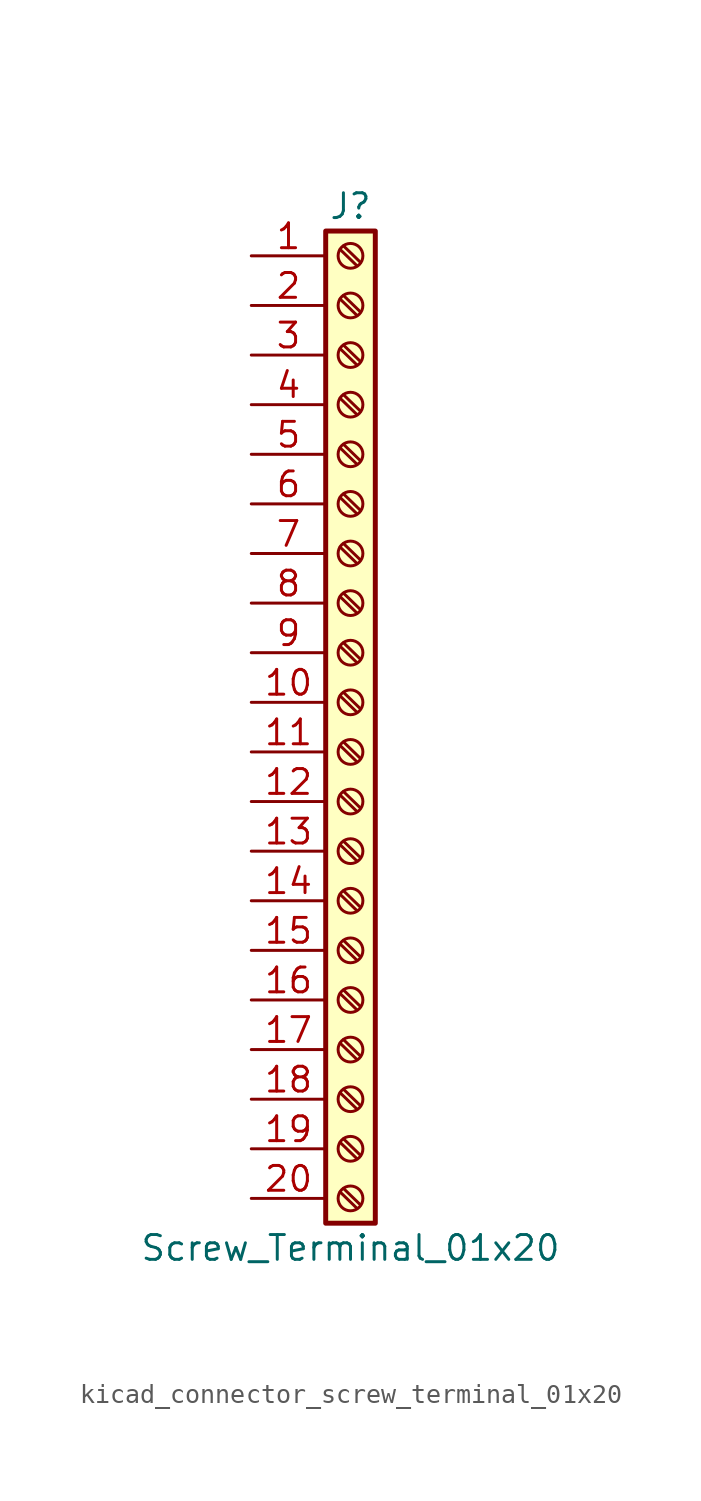
<source format=kicad_sym>
(kicad_symbol_lib
  (version 20220914)
  (generator kicad_symbol_editor)
  (symbol "kicad_connector_screw_terminal_01x20"
    (pin_names
      (offset 1.016) hide)
    (property "Reference" "J"
      (at 0 25.4 0)
      (effects (font (size 1.27 1.27))))
    (property "Value" "Screw_Terminal_01x20"
      (at 0 -27.94 0)
      (effects (font (size 1.27 1.27))))
    (symbol "kicad_connector_screw_terminal_01x20_1_1"
      (rectangle (start -1.27 24.13) (end 1.27 -26.67) (stroke (width 0.254) (type default)) (fill (type background)))
      (circle (center 0 -25.4) (radius 0.635) (stroke (width 0.152) (type default)) (fill (type none)))
      (circle (center 0 -22.86) (radius 0.635) (stroke (width 0.152) (type default)) (fill (type none)))
      (circle (center 0 -20.32) (radius 0.635) (stroke (width 0.152) (type default)) (fill (type none)))
      (circle (center 0 -17.78) (radius 0.635) (stroke (width 0.152) (type default)) (fill (type none)))
      (circle (center 0 -15.24) (radius 0.635) (stroke (width 0.152) (type default)) (fill (type none)))
      (circle (center 0 -12.7) (radius 0.635) (stroke (width 0.152) (type default)) (fill (type none)))
      (circle (center 0 -10.16) (radius 0.635) (stroke (width 0.152) (type default)) (fill (type none)))
      (circle (center 0 -7.62) (radius 0.635) (stroke (width 0.152) (type default)) (fill (type none)))
      (circle (center 0 -5.08) (radius 0.635) (stroke (width 0.152) (type default)) (fill (type none)))
      (circle (center 0 -2.54) (radius 0.635) (stroke (width 0.152) (type default)) (fill (type none)))
      (polyline (pts (xy -0.533 -25.07) (xy 0.33 -25.908)) (stroke (width 0.152) (type default)) (fill (type none)))
      (polyline (pts (xy -0.533 -22.53) (xy 0.33 -23.368)) (stroke (width 0.152) (type default)) (fill (type none)))
      (polyline (pts (xy -0.533 -19.99) (xy 0.33 -20.828)) (stroke (width 0.152) (type default)) (fill (type none)))
      (polyline (pts (xy -0.533 -17.45) (xy 0.33 -18.288)) (stroke (width 0.152) (type default)) (fill (type none)))
      (polyline (pts (xy -0.533 -14.91) (xy 0.33 -15.748)) (stroke (width 0.152) (type default)) (fill (type none)))
      (polyline (pts (xy -0.533 -12.37) (xy 0.33 -13.208)) (stroke (width 0.152) (type default)) (fill (type none)))
      (polyline (pts (xy -0.533 -9.83) (xy 0.33 -10.668)) (stroke (width 0.152) (type default)) (fill (type none)))
      (polyline (pts (xy -0.533 -7.29) (xy 0.33 -8.128)) (stroke (width 0.152) (type default)) (fill (type none)))
      (polyline (pts (xy -0.533 -4.75) (xy 0.33 -5.588)) (stroke (width 0.152) (type default)) (fill (type none)))
      (polyline (pts (xy -0.533 -2.21) (xy 0.33 -3.048)) (stroke (width 0.152) (type default)) (fill (type none)))
      (polyline (pts (xy -0.533 0.33) (xy 0.33 -0.508)) (stroke (width 0.152) (type default)) (fill (type none)))
      (polyline (pts (xy -0.533 2.87) (xy 0.33 2.032)) (stroke (width 0.152) (type default)) (fill (type none)))
      (polyline (pts (xy -0.533 5.41) (xy 0.33 4.572)) (stroke (width 0.152) (type default)) (fill (type none)))
      (polyline (pts (xy -0.533 7.95) (xy 0.33 7.112)) (stroke (width 0.152) (type default)) (fill (type none)))
      (polyline (pts (xy -0.533 10.49) (xy 0.33 9.652)) (stroke (width 0.152) (type default)) (fill (type none)))
      (polyline (pts (xy -0.533 13.03) (xy 0.33 12.192)) (stroke (width 0.152) (type default)) (fill (type none)))
      (polyline (pts (xy -0.533 15.57) (xy 0.33 14.732)) (stroke (width 0.152) (type default)) (fill (type none)))
      (polyline (pts (xy -0.533 18.11) (xy 0.33 17.272)) (stroke (width 0.152) (type default)) (fill (type none)))
      (polyline (pts (xy -0.533 20.65) (xy 0.33 19.812)) (stroke (width 0.152) (type default)) (fill (type none)))
      (polyline (pts (xy -0.533 23.19) (xy 0.33 22.352)) (stroke (width 0.152) (type default)) (fill (type none)))
      (polyline (pts (xy -0.356 -24.892) (xy 0.508 -25.73)) (stroke (width 0.152) (type default)) (fill (type none)))
      (polyline (pts (xy -0.356 -22.352) (xy 0.508 -23.19)) (stroke (width 0.152) (type default)) (fill (type none)))
      (polyline (pts (xy -0.356 -19.812) (xy 0.508 -20.65)) (stroke (width 0.152) (type default)) (fill (type none)))
      (polyline (pts (xy -0.356 -17.272) (xy 0.508 -18.11)) (stroke (width 0.152) (type default)) (fill (type none)))
      (polyline (pts (xy -0.356 -14.732) (xy 0.508 -15.57)) (stroke (width 0.152) (type default)) (fill (type none)))
      (polyline (pts (xy -0.356 -12.192) (xy 0.508 -13.03)) (stroke (width 0.152) (type default)) (fill (type none)))
      (polyline (pts (xy -0.356 -9.652) (xy 0.508 -10.49)) (stroke (width 0.152) (type default)) (fill (type none)))
      (polyline (pts (xy -0.356 -7.112) (xy 0.508 -7.95)) (stroke (width 0.152) (type default)) (fill (type none)))
      (polyline (pts (xy -0.356 -4.572) (xy 0.508 -5.41)) (stroke (width 0.152) (type default)) (fill (type none)))
      (polyline (pts (xy -0.356 -2.032) (xy 0.508 -2.87)) (stroke (width 0.152) (type default)) (fill (type none)))
      (polyline (pts (xy -0.356 0.508) (xy 0.508 -0.33)) (stroke (width 0.152) (type default)) (fill (type none)))
      (polyline (pts (xy -0.356 3.048) (xy 0.508 2.21)) (stroke (width 0.152) (type default)) (fill (type none)))
      (polyline (pts (xy -0.356 5.588) (xy 0.508 4.75)) (stroke (width 0.152) (type default)) (fill (type none)))
      (polyline (pts (xy -0.356 8.128) (xy 0.508 7.29)) (stroke (width 0.152) (type default)) (fill (type none)))
      (polyline (pts (xy -0.356 10.668) (xy 0.508 9.83)) (stroke (width 0.152) (type default)) (fill (type none)))
      (polyline (pts (xy -0.356 13.208) (xy 0.508 12.37)) (stroke (width 0.152) (type default)) (fill (type none)))
      (polyline (pts (xy -0.356 15.748) (xy 0.508 14.91)) (stroke (width 0.152) (type default)) (fill (type none)))
      (polyline (pts (xy -0.356 18.288) (xy 0.508 17.45)) (stroke (width 0.152) (type default)) (fill (type none)))
      (polyline (pts (xy -0.356 20.828) (xy 0.508 19.99)) (stroke (width 0.152) (type default)) (fill (type none)))
      (polyline (pts (xy -0.356 23.368) (xy 0.508 22.53)) (stroke (width 0.152) (type default)) (fill (type none)))
      (circle (center 0 0) (radius 0.635) (stroke (width 0.152) (type default)) (fill (type none)))
      (circle (center 0 2.54) (radius 0.635) (stroke (width 0.152) (type default)) (fill (type none)))
      (circle (center 0 5.08) (radius 0.635) (stroke (width 0.152) (type default)) (fill (type none)))
      (circle (center 0 7.62) (radius 0.635) (stroke (width 0.152) (type default)) (fill (type none)))
      (circle (center 0 10.16) (radius 0.635) (stroke (width 0.152) (type default)) (fill (type none)))
      (circle (center 0 12.7) (radius 0.635) (stroke (width 0.152) (type default)) (fill (type none)))
      (circle (center 0 15.24) (radius 0.635) (stroke (width 0.152) (type default)) (fill (type none)))
      (circle (center 0 17.78) (radius 0.635) (stroke (width 0.152) (type default)) (fill (type none)))
      (circle (center 0 20.32) (radius 0.635) (stroke (width 0.152) (type default)) (fill (type none)))
      (circle (center 0 22.86) (radius 0.635) (stroke (width 0.152) (type default)) (fill (type none)))
      (pin passive line (at -5.08 22.86 0) (length 3.81) (name "Pin_1" (effects (font (size 1.27 1.27)))) (number "1" (effects (font (size 1.27 1.27)))))
      (pin passive line (at -5.08 0 0) (length 3.81) (name "Pin_10" (effects (font (size 1.27 1.27)))) (number "10" (effects (font (size 1.27 1.27)))))
      (pin passive line (at -5.08 -2.54 0) (length 3.81) (name "Pin_11" (effects (font (size 1.27 1.27)))) (number "11" (effects (font (size 1.27 1.27)))))
      (pin passive line (at -5.08 -5.08 0) (length 3.81) (name "Pin_12" (effects (font (size 1.27 1.27)))) (number "12" (effects (font (size 1.27 1.27)))))
      (pin passive line (at -5.08 -7.62 0) (length 3.81) (name "Pin_13" (effects (font (size 1.27 1.27)))) (number "13" (effects (font (size 1.27 1.27)))))
      (pin passive line (at -5.08 -10.16 0) (length 3.81) (name "Pin_14" (effects (font (size 1.27 1.27)))) (number "14" (effects (font (size 1.27 1.27)))))
      (pin passive line (at -5.08 -12.7 0) (length 3.81) (name "Pin_15" (effects (font (size 1.27 1.27)))) (number "15" (effects (font (size 1.27 1.27)))))
      (pin passive line (at -5.08 -15.24 0) (length 3.81) (name "Pin_16" (effects (font (size 1.27 1.27)))) (number "16" (effects (font (size 1.27 1.27)))))
      (pin passive line (at -5.08 -17.78 0) (length 3.81) (name "Pin_17" (effects (font (size 1.27 1.27)))) (number "17" (effects (font (size 1.27 1.27)))))
      (pin passive line (at -5.08 -20.32 0) (length 3.81) (name "Pin_18" (effects (font (size 1.27 1.27)))) (number "18" (effects (font (size 1.27 1.27)))))
      (pin passive line (at -5.08 -22.86 0) (length 3.81) (name "Pin_19" (effects (font (size 1.27 1.27)))) (number "19" (effects (font (size 1.27 1.27)))))
      (pin passive line (at -5.08 20.32 0) (length 3.81) (name "Pin_2" (effects (font (size 1.27 1.27)))) (number "2" (effects (font (size 1.27 1.27)))))
      (pin passive line (at -5.08 -25.4 0) (length 3.81) (name "Pin_20" (effects (font (size 1.27 1.27)))) (number "20" (effects (font (size 1.27 1.27)))))
      (pin passive line (at -5.08 17.78 0) (length 3.81) (name "Pin_3" (effects (font (size 1.27 1.27)))) (number "3" (effects (font (size 1.27 1.27)))))
      (pin passive line (at -5.08 15.24 0) (length 3.81) (name "Pin_4" (effects (font (size 1.27 1.27)))) (number "4" (effects (font (size 1.27 1.27)))))
      (pin passive line (at -5.08 12.7 0) (length 3.81) (name "Pin_5" (effects (font (size 1.27 1.27)))) (number "5" (effects (font (size 1.27 1.27)))))
      (pin passive line (at -5.08 10.16 0) (length 3.81) (name "Pin_6" (effects (font (size 1.27 1.27)))) (number "6" (effects (font (size 1.27 1.27)))))
      (pin passive line (at -5.08 7.62 0) (length 3.81) (name "Pin_7" (effects (font (size 1.27 1.27)))) (number "7" (effects (font (size 1.27 1.27)))))
      (pin passive line (at -5.08 5.08 0) (length 3.81) (name "Pin_8" (effects (font (size 1.27 1.27)))) (number "8" (effects (font (size 1.27 1.27)))))
      (pin passive line (at -5.08 2.54 0) (length 3.81) (name "Pin_9" (effects (font (size 1.27 1.27)))) (number "9" (effects (font (size 1.27 1.27))))))))
</source>
